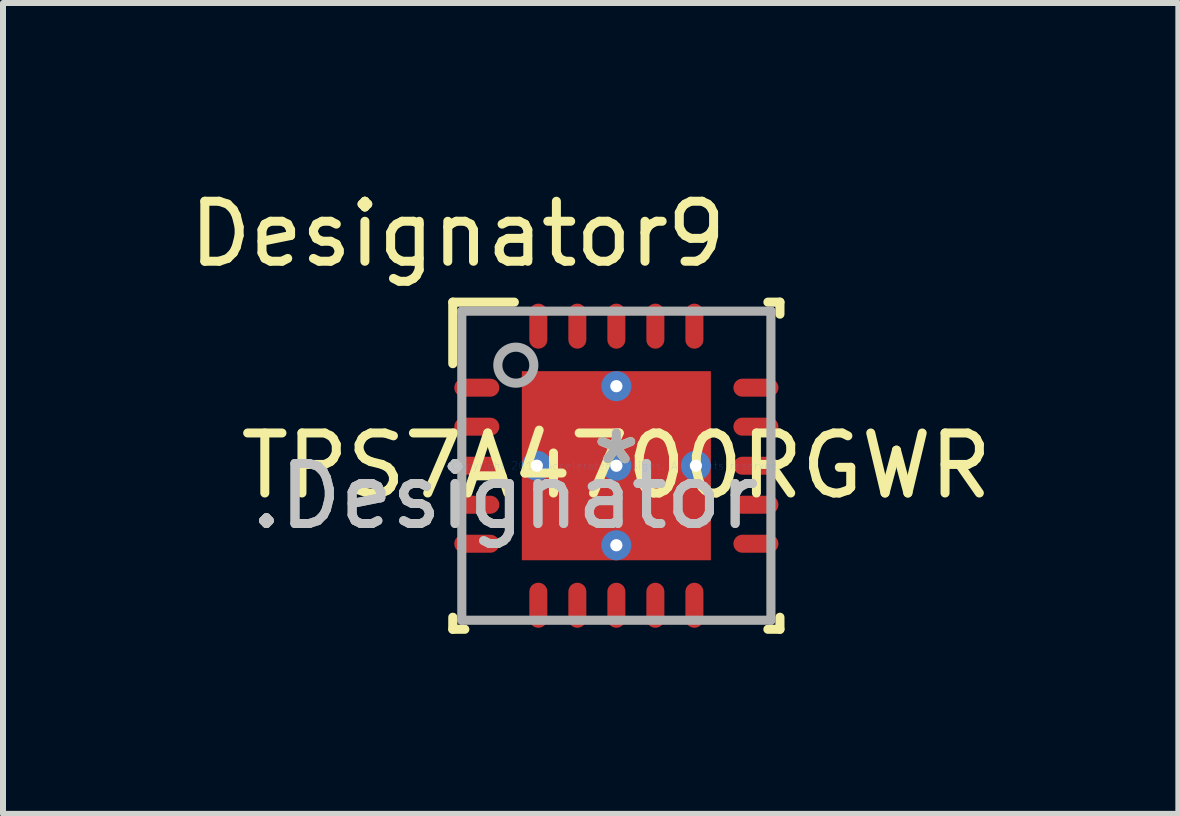
<source format=kicad_pcb>
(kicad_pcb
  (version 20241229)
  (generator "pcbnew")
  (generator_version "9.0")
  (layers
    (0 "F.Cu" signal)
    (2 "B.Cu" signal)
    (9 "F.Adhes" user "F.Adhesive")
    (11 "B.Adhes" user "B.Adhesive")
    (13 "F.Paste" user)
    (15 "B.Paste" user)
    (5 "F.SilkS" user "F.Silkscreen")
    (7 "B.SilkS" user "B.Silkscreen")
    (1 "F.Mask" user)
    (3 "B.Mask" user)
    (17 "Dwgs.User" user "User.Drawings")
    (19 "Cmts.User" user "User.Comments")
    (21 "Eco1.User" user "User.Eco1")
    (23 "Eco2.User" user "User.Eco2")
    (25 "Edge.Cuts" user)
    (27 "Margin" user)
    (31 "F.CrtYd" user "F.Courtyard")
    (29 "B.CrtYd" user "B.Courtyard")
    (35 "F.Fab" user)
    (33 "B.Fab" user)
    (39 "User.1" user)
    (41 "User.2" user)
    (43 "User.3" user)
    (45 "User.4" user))
  (footprint "TPS7A4700RGWR"
    (layer "F.Cu")
    (at 7.219 4.709)
    (property "Reference" "TPS7A4700RGWR" (at 0 0 0) (layer "F.SilkS") (effects (font (size 1 1) (thickness 0.15))))
    (attr through_hole)
    (fp_line (start -2.725 -2.725) (end -1.7 -2.725) (stroke (width 0.152) (type solid)) (layer "F.SilkS"))
    (fp_line (start -2.725 -1.7) (end -2.725 -2.725) (stroke (width 0.152) (type solid)) (layer "F.SilkS"))
    (fp_line (start -2.725 2.725) (end -2.725 2.525) (stroke (width 0.152) (type solid)) (layer "F.SilkS"))
    (fp_line (start -2.725 2.725) (end -2.525 2.725) (stroke (width 0.152) (type solid)) (layer "F.SilkS"))
    (fp_line (start 2.525 -2.725) (end 2.725 -2.725) (stroke (width 0.152) (type solid)) (layer "F.SilkS"))
    (fp_line (start 2.525 2.725) (end 2.725 2.725) (stroke (width 0.152) (type solid)) (layer "F.SilkS"))
    (fp_line (start 2.725 -2.525) (end 2.725 -2.725) (stroke (width 0.152) (type solid)) (layer "F.SilkS"))
    (fp_line (start 2.725 2.725) (end 2.725 2.525) (stroke (width 0.152) (type solid)) (layer "F.SilkS"))
    (fp_line (start -1.468 -1.468) (end -1.468 -0.1) (stroke (width 0.152) (type solid)) (layer "F.Paste"))
    (fp_line (start -1.468 -0.1) (end -0.1 -0.1) (stroke (width 0.152) (type solid)) (layer "F.Paste"))
    (fp_line (start -1.468 0.1) (end -1.468 1.468) (stroke (width 0.152) (type solid)) (layer "F.Paste"))
    (fp_line (start -1.468 1.468) (end -0.1 1.468) (stroke (width 0.152) (type solid)) (layer "F.Paste"))
    (fp_line (start -0.1 -1.468) (end -1.468 -1.468) (stroke (width 0.152) (type solid)) (layer "F.Paste"))
    (fp_line (start -0.1 -0.1) (end -0.1 -1.468) (stroke (width 0.152) (type solid)) (layer "F.Paste"))
    (fp_line (start -0.1 0.1) (end -1.468 0.1) (stroke (width 0.152) (type solid)) (layer "F.Paste"))
    (fp_line (start -0.1 1.468) (end -0.1 0.1) (stroke (width 0.152) (type solid)) (layer "F.Paste"))
    (fp_line (start 0.1 -1.468) (end 0.1 -0.1) (stroke (width 0.152) (type solid)) (layer "F.Paste"))
    (fp_line (start 0.1 -0.1) (end 1.468 -0.1) (stroke (width 0.152) (type solid)) (layer "F.Paste"))
    (fp_line (start 0.1 0.1) (end 0.1 1.468) (stroke (width 0.152) (type solid)) (layer "F.Paste"))
    (fp_line (start 0.1 1.468) (end 1.468 1.468) (stroke (width 0.152) (type solid)) (layer "F.Paste"))
    (fp_line (start 1.468 -1.468) (end 0.1 -1.468) (stroke (width 0.152) (type solid)) (layer "F.Paste"))
    (fp_line (start 1.468 -0.1) (end 1.468 -1.468) (stroke (width 0.152) (type solid)) (layer "F.Paste"))
    (fp_line (start 1.468 0.1) (end 0.1 0.1) (stroke (width 0.152) (type solid)) (layer "F.Paste"))
    (fp_line (start 1.468 1.468) (end 1.468 0.1) (stroke (width 0.152) (type solid)) (layer "F.Paste"))
    (fp_line (start -2.575 -2.575) (end 2.575 -2.575) (stroke (width 0.152) (type solid)) (layer "F.Fab"))
    (fp_line (start -2.575 2.575) (end -2.575 -2.575) (stroke (width 0.152) (type solid)) (layer "F.Fab"))
    (fp_line (start -2.575 2.575) (end 2.575 2.575) (stroke (width 0.152) (type solid)) (layer "F.Fab"))
    (fp_line (start 2.575 2.575) (end 2.575 -2.575) (stroke (width 0.152) (type solid)) (layer "F.Fab"))
    (fp_circle (center -1.675 -1.675) (end -1.375 -1.675) (stroke (width 0.152) (type solid)) (fill no) (layer "F.Fab"))
    (fp_text user "*" (at 0 0 0) (layer "F.SilkS") (effects (font (size 1 1) (thickness 0.15))))
    (fp_text user "Designator9" (at -2.642 -3.861 0) (layer "F.SilkS") (effects (font (size 1 1) (thickness 0.15))))
    (fp_text user ".Designator" (at -1.854 0.508 0) (layer "Dwgs.User") (effects (font (size 1 1) (thickness 0.15))))
    (fp_text user "Copyright 2016 Accelerated Designs. All rights reserved." (at 0 0 0) (layer "Cmts.User") (effects (font (size 0.127 0.127) (thickness 0.002))))
    (fp_text user "*" (at 0 0 0) (layer "F.Fab") (effects (font (size 1 1) (thickness 0.15))))
    (fp_text user ".Designator" (at -1.854 0.508 0) (layer "F.Fab") (effects (font (size 1 1) (thickness 0.15))))
    (pad "1" smd oval (at -2.325 -1.3 90) (size 0.3 0.75) (layers "F.Cu" "F.Mask" "F.Paste"))
    (pad "2" smd oval (at -2.325 -0.65 90) (size 0.3 0.75) (layers "F.Cu" "F.Mask" "F.Paste"))
    (pad "3" smd oval (at -2.325 0 90) (size 0.3 0.75) (layers "F.Cu" "F.Mask" "F.Paste"))
    (pad "4" smd oval (at -2.325 0.65 90) (size 0.3 0.75) (layers "F.Cu" "F.Mask" "F.Paste"))
    (pad "5" smd oval (at -2.325 1.3 90) (size 0.3 0.75) (layers "F.Cu" "F.Mask" "F.Paste"))
    (pad "6" smd oval (at -1.3 2.325) (size 0.3 0.75) (layers "F.Cu" "F.Mask" "F.Paste"))
    (pad "7" smd oval (at -0.65 2.325) (size 0.3 0.75) (layers "F.Cu" "F.Mask" "F.Paste"))
    (pad "8" smd oval (at 0 2.325) (size 0.3 0.75) (layers "F.Cu" "F.Mask" "F.Paste"))
    (pad "9" smd oval (at 0.65 2.325) (size 0.3 0.75) (layers "F.Cu" "F.Mask" "F.Paste"))
    (pad "10" smd oval (at 1.3 2.325) (size 0.3 0.75) (layers "F.Cu" "F.Mask" "F.Paste"))
    (pad "11" smd oval (at 2.325 1.3 90) (size 0.3 0.75) (layers "F.Cu" "F.Mask" "F.Paste"))
    (pad "12" smd oval (at 2.325 0.65 90) (size 0.3 0.75) (layers "F.Cu" "F.Mask" "F.Paste"))
    (pad "13" smd oval (at 2.325 0 90) (size 0.3 0.75) (layers "F.Cu" "F.Mask" "F.Paste"))
    (pad "14" smd oval (at 2.325 -0.65 90) (size 0.3 0.75) (layers "F.Cu" "F.Mask" "F.Paste"))
    (pad "15" smd oval (at 2.325 -1.3 90) (size 0.3 0.75) (layers "F.Cu" "F.Mask" "F.Paste"))
    (pad "16" smd oval (at 1.3 -2.325) (size 0.3 0.75) (layers "F.Cu" "F.Mask" "F.Paste"))
    (pad "17" smd oval (at 0.65 -2.325) (size 0.3 0.75) (layers "F.Cu" "F.Mask" "F.Paste"))
    (pad "18" smd oval (at 0 -2.325) (size 0.3 0.75) (layers "F.Cu" "F.Mask" "F.Paste"))
    (pad "19" smd oval (at -0.65 -2.325) (size 0.3 0.75) (layers "F.Cu" "F.Mask" "F.Paste"))
    (pad "20" smd oval (at -1.3 -2.325) (size 0.3 0.75) (layers "F.Cu" "F.Mask" "F.Paste"))
    (pad "21" smd rect (at 0 0) (size 3.15 3.15) (layers "F.Cu" "F.Mask" "F.Paste"))
    (pad "V" thru_hole circle (at -1.325 0) (size 0.5 0.5) (drill 0.203) (layers "*.Cu" "*.Mask"))
    (pad "V" thru_hole circle (at 0 -1.325) (size 0.5 0.5) (drill 0.203) (layers "*.Cu" "*.Mask"))
    (pad "V" thru_hole circle (at 0 0) (size 0.5 0.5) (drill 0.203) (layers "*.Cu" "*.Mask"))
    (pad "V" thru_hole circle (at 0 1.325) (size 0.5 0.5) (drill 0.203) (layers "*.Cu" "*.Mask"))
    (pad "V" thru_hole circle (at 1.325 0) (size 0.5 0.5) (drill 0.203) (layers "*.Cu" "*.Mask")))
  (gr_rect
    (start -3 -3)
    (end 16.582 10.51)
    (stroke (width 0.1) (type default))
    (fill no)
    (layer "Edge.Cuts")))
</source>
